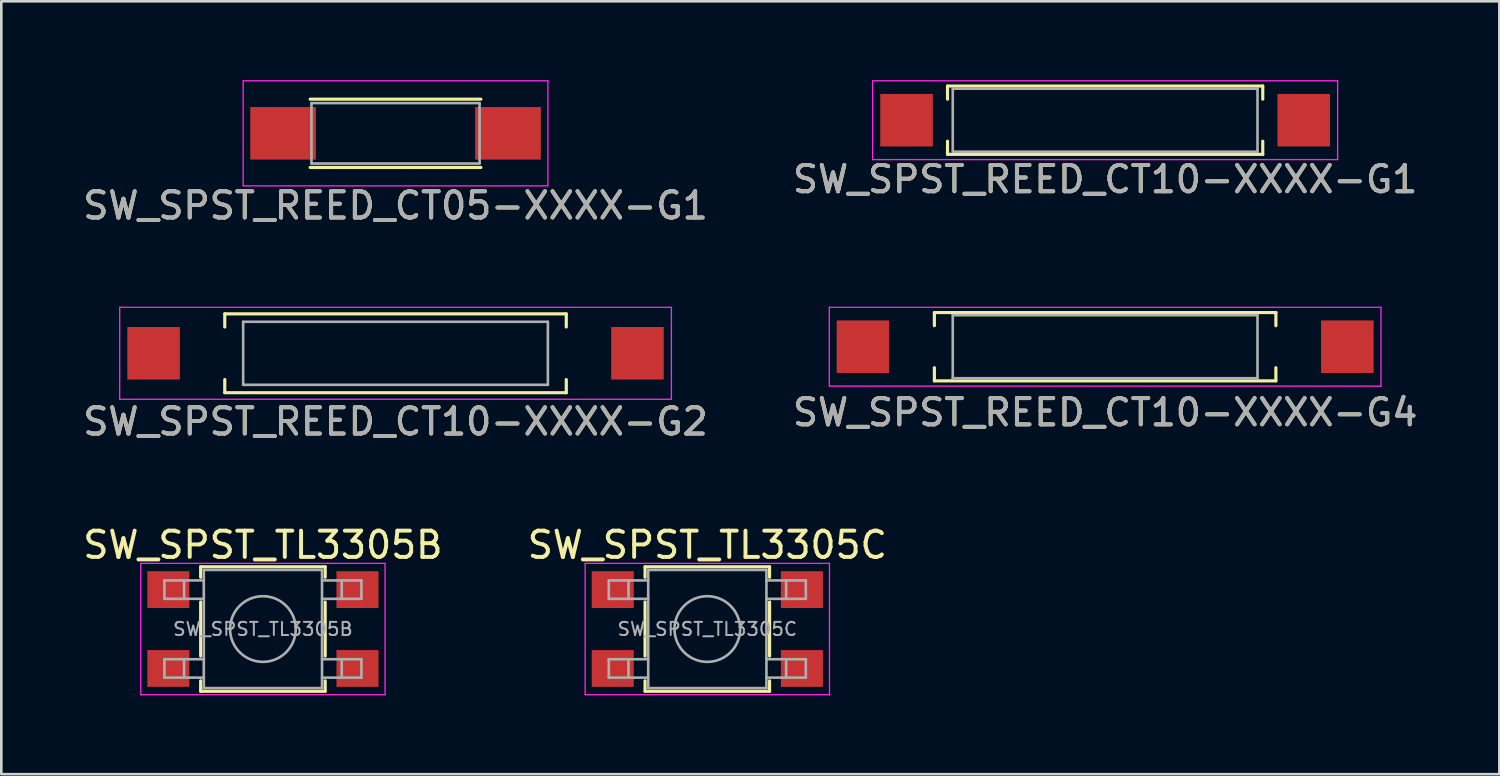
<source format=kicad_pcb>
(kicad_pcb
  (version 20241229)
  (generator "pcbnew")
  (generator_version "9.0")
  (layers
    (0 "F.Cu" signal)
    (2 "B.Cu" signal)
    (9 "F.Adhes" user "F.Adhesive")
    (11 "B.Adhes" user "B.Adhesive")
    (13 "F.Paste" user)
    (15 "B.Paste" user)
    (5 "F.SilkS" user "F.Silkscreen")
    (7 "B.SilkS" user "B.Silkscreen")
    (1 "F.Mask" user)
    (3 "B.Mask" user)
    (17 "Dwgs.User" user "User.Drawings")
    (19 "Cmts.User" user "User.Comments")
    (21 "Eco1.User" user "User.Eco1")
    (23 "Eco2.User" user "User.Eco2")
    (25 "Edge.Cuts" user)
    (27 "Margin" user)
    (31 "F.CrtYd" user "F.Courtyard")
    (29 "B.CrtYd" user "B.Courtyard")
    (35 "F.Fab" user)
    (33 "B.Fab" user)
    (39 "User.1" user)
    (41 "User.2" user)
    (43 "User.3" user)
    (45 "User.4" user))
  (footprint "SW_SPST_REED_CT10-XXXX-G1"
    (layer "F.Cu")
    (at 39.018 1.525)
    (property "Reference" "SW_SPST_REED_CT10-XXXX-G1" (at 0 2.25 0) (layer "F.SilkS") (effects (font (size 1 1) (thickness 0.15))))
    (attr smd)
    (fp_line (start -6 -1.3) (end -6 -0.8) (stroke (width 0.12) (type solid)) (layer "F.SilkS"))
    (fp_line (start -6 0.8) (end -6 1.3) (stroke (width 0.12) (type solid)) (layer "F.SilkS"))
    (fp_line (start -6 1.3) (end 6 1.3) (stroke (width 0.12) (type solid)) (layer "F.SilkS"))
    (fp_line (start 6 -1.3) (end -6 -1.3) (stroke (width 0.12) (type solid)) (layer "F.SilkS"))
    (fp_line (start 6 -0.8) (end 6 -1.3) (stroke (width 0.12) (type solid)) (layer "F.SilkS"))
    (fp_line (start 6 1.3) (end 6 0.8) (stroke (width 0.12) (type solid)) (layer "F.SilkS"))
    (fp_line (start -8.85 -1.5) (end 8.85 -1.5) (stroke (width 0.05) (type solid)) (layer "F.CrtYd"))
    (fp_line (start -8.85 1.5) (end -8.85 -1.5) (stroke (width 0.05) (type solid)) (layer "F.CrtYd"))
    (fp_line (start 8.85 -1.5) (end 8.85 1.5) (stroke (width 0.05) (type solid)) (layer "F.CrtYd"))
    (fp_line (start 8.85 1.5) (end -8.85 1.5) (stroke (width 0.05) (type solid)) (layer "F.CrtYd"))
    (fp_line (start -5.8 -1.2) (end 5.8 -1.2) (stroke (width 0.1) (type solid)) (layer "F.Fab"))
    (fp_line (start -5.8 1.2) (end -5.8 -1.2) (stroke (width 0.1) (type solid)) (layer "F.Fab"))
    (fp_line (start 5.8 -1.2) (end 5.8 1.2) (stroke (width 0.1) (type solid)) (layer "F.Fab"))
    (fp_line (start 5.8 1.2) (end -5.8 1.2) (stroke (width 0.1) (type solid)) (layer "F.Fab"))
    (fp_text user "${REFERENCE}" (at 0 2.25 0) (layer "F.Fab") (effects (font (size 1 1) (thickness 0.15))))
    (pad "1" smd rect (at -7.56 0) (size 2 2) (layers "F.Cu" "F.Mask" "F.Paste"))
    (pad "2" smd rect (at 7.56 0) (size 2 2) (layers "F.Cu" "F.Mask" "F.Paste")))
  (footprint "SW_SPST_REED_CT05-XXXX-G1"
    (layer "F.Cu")
    (at 12.006 2.025)
    (property "Reference" "SW_SPST_REED_CT05-XXXX-G1" (at 0 2.75 0) (layer "F.SilkS") (effects (font (size 1 1) (thickness 0.15))))
    (attr smd)
    (fp_line (start -3.25 -1.3) (end 3.25 -1.3) (stroke (width 0.12) (type solid)) (layer "F.SilkS"))
    (fp_line (start 3.25 1.3) (end -3.25 1.3) (stroke (width 0.12) (type solid)) (layer "F.SilkS"))
    (fp_line (start -5.8 -2) (end 5.8 -2) (stroke (width 0.05) (type solid)) (layer "F.CrtYd"))
    (fp_line (start -5.8 2) (end -5.8 -2) (stroke (width 0.05) (type solid)) (layer "F.CrtYd"))
    (fp_line (start 5.8 -2) (end 5.8 2) (stroke (width 0.05) (type solid)) (layer "F.CrtYd"))
    (fp_line (start 5.8 2) (end -5.8 2) (stroke (width 0.05) (type solid)) (layer "F.CrtYd"))
    (fp_line (start -3.2 -1.15) (end -3.2 1.15) (stroke (width 0.1) (type solid)) (layer "F.Fab"))
    (fp_line (start -3.2 1.15) (end 3.2 1.15) (stroke (width 0.1) (type solid)) (layer "F.Fab"))
    (fp_line (start 3.2 -1.15) (end -3.2 -1.15) (stroke (width 0.1) (type solid)) (layer "F.Fab"))
    (fp_line (start 3.2 1.15) (end 3.2 -1.15) (stroke (width 0.1) (type solid)) (layer "F.Fab"))
    (fp_text user "${REFERENCE}" (at 0 2.75 0) (layer "F.Fab") (effects (font (size 1 1) (thickness 0.15))))
    (pad "1" smd rect (at -4.28 0) (size 2.5 2) (layers "F.Cu" "F.Mask" "F.Paste"))
    (pad "2" smd rect (at 4.28 0) (size 2.5 2) (layers "F.Cu" "F.Mask" "F.Paste")))
  (footprint "SW_SPST_REED_CT10-XXXX-G4"
    (layer "F.Cu")
    (at 39.018 10.148)
    (property "Reference" "SW_SPST_REED_CT10-XXXX-G4" (at 0 2.5 0) (layer "F.SilkS") (effects (font (size 1 1) (thickness 0.15))))
    (attr smd)
    (fp_line (start -6.5 -1.3) (end -6.5 -0.8) (stroke (width 0.12) (type solid)) (layer "F.SilkS"))
    (fp_line (start -6.5 0.8) (end -6.5 1.3) (stroke (width 0.12) (type solid)) (layer "F.SilkS"))
    (fp_line (start -6.5 1.3) (end 6.5 1.3) (stroke (width 0.12) (type solid)) (layer "F.SilkS"))
    (fp_line (start 6.5 -1.3) (end -6.5 -1.3) (stroke (width 0.12) (type solid)) (layer "F.SilkS"))
    (fp_line (start 6.5 -0.8) (end 6.5 -1.3) (stroke (width 0.12) (type solid)) (layer "F.SilkS"))
    (fp_line (start 6.5 1.3) (end 6.5 0.8) (stroke (width 0.12) (type solid)) (layer "F.SilkS"))
    (fp_line (start -10.5 1.5) (end -10.5 -1.5) (stroke (width 0.05) (type solid)) (layer "F.CrtYd"))
    (fp_line (start -10.5 1.5) (end 10.5 1.5) (stroke (width 0.05) (type solid)) (layer "F.CrtYd"))
    (fp_line (start 10.5 -1.5) (end -10.5 -1.5) (stroke (width 0.05) (type solid)) (layer "F.CrtYd"))
    (fp_line (start 10.5 -1.5) (end 10.5 1.5) (stroke (width 0.05) (type solid)) (layer "F.CrtYd"))
    (fp_line (start -5.8 -1.2) (end 5.8 -1.2) (stroke (width 0.1) (type solid)) (layer "F.Fab"))
    (fp_line (start -5.8 1.2) (end -5.8 -1.2) (stroke (width 0.1) (type solid)) (layer "F.Fab"))
    (fp_line (start 5.8 -1.2) (end 5.8 1.2) (stroke (width 0.1) (type solid)) (layer "F.Fab"))
    (fp_line (start 5.8 1.2) (end -5.8 1.2) (stroke (width 0.1) (type solid)) (layer "F.Fab"))
    (fp_text user "${REFERENCE}" (at 0 2.5 0) (layer "F.Fab") (effects (font (size 1 1) (thickness 0.15))))
    (pad "1" smd rect (at -9.22 0) (size 2 2) (layers "F.Cu" "F.Mask" "F.Paste"))
    (pad "2" smd rect (at 9.22 0) (size 2 2) (layers "F.Cu" "F.Mask" "F.Paste")))
  (footprint "SW_SPST_TL3305C"
    (layer "F.Cu")
    (at 23.875 20.895)
    (property "Reference" "SW_SPST_TL3305C" (at 0 -3.2 0) (layer "F.SilkS") (effects (font (size 1 1) (thickness 0.15))))
    (attr smd)
    (fp_line (start -2.37 -2.37) (end -2.37 -1.97) (stroke (width 0.12) (type solid)) (layer "F.SilkS"))
    (fp_line (start -2.37 -2.37) (end 2.37 -2.37) (stroke (width 0.12) (type solid)) (layer "F.SilkS"))
    (fp_line (start -2.37 1.03) (end -2.37 -1.03) (stroke (width 0.12) (type solid)) (layer "F.SilkS"))
    (fp_line (start -2.37 2.37) (end -2.37 1.97) (stroke (width 0.12) (type solid)) (layer "F.SilkS"))
    (fp_line (start -2.37 2.37) (end 2.37 2.37) (stroke (width 0.12) (type solid)) (layer "F.SilkS"))
    (fp_line (start 2.37 -2.37) (end 2.37 -1.97) (stroke (width 0.12) (type solid)) (layer "F.SilkS"))
    (fp_line (start 2.37 1.03) (end 2.37 -1.03) (stroke (width 0.12) (type solid)) (layer "F.SilkS"))
    (fp_line (start 2.37 2.37) (end 2.37 1.97) (stroke (width 0.12) (type solid)) (layer "F.SilkS"))
    (fp_line (start -4.65 -2.5) (end 4.65 -2.5) (stroke (width 0.05) (type solid)) (layer "F.CrtYd"))
    (fp_line (start -4.65 2.5) (end -4.65 -2.5) (stroke (width 0.05) (type solid)) (layer "F.CrtYd"))
    (fp_line (start 4.65 -2.5) (end 4.65 2.5) (stroke (width 0.05) (type solid)) (layer "F.CrtYd"))
    (fp_line (start 4.65 2.5) (end -4.65 2.5) (stroke (width 0.05) (type solid)) (layer "F.CrtYd"))
    (fp_line (start -3.75 -1.85) (end -3.75 -1.15) (stroke (width 0.1) (type solid)) (layer "F.Fab"))
    (fp_line (start -3.75 -1.15) (end -2.25 -1.15) (stroke (width 0.1) (type solid)) (layer "F.Fab"))
    (fp_line (start -3.75 1.15) (end -3.75 1.85) (stroke (width 0.1) (type solid)) (layer "F.Fab"))
    (fp_line (start -3.75 1.85) (end -2.25 1.85) (stroke (width 0.1) (type solid)) (layer "F.Fab"))
    (fp_line (start -3 -1.85) (end -3 -1.15) (stroke (width 0.1) (type solid)) (layer "F.Fab"))
    (fp_line (start -3 1.15) (end -3 1.85) (stroke (width 0.1) (type solid)) (layer "F.Fab"))
    (fp_line (start -2.25 -2.25) (end 2.25 -2.25) (stroke (width 0.1) (type solid)) (layer "F.Fab"))
    (fp_line (start -2.25 -1.85) (end -3.75 -1.85) (stroke (width 0.1) (type solid)) (layer "F.Fab"))
    (fp_line (start -2.25 1.15) (end -3.75 1.15) (stroke (width 0.1) (type solid)) (layer "F.Fab"))
    (fp_line (start -2.25 2.25) (end -2.25 -2.25) (stroke (width 0.1) (type solid)) (layer "F.Fab"))
    (fp_line (start 2.25 -2.25) (end 2.25 2.25) (stroke (width 0.1) (type solid)) (layer "F.Fab"))
    (fp_line (start 2.25 -1.15) (end 3.75 -1.15) (stroke (width 0.1) (type solid)) (layer "F.Fab"))
    (fp_line (start 2.25 1.15) (end 3.75 1.15) (stroke (width 0.1) (type solid)) (layer "F.Fab"))
    (fp_line (start 2.25 2.25) (end -2.25 2.25) (stroke (width 0.1) (type solid)) (layer "F.Fab"))
    (fp_line (start 3 -1.85) (end 3 -1.15) (stroke (width 0.1) (type solid)) (layer "F.Fab"))
    (fp_line (start 3 1.15) (end 3 1.85) (stroke (width 0.1) (type solid)) (layer "F.Fab"))
    (fp_line (start 3.75 -1.85) (end 2.25 -1.85) (stroke (width 0.1) (type solid)) (layer "F.Fab"))
    (fp_line (start 3.75 -1.15) (end 3.75 -1.85) (stroke (width 0.1) (type solid)) (layer "F.Fab"))
    (fp_line (start 3.75 1.15) (end 3.75 1.85) (stroke (width 0.1) (type solid)) (layer "F.Fab"))
    (fp_line (start 3.75 1.85) (end 2.25 1.85) (stroke (width 0.1) (type solid)) (layer "F.Fab"))
    (fp_circle (center 0 0) (end 1.25 0) (stroke (width 0.1) (type solid)) (fill no) (layer "F.Fab"))
    (fp_text user "${REFERENCE}" (at 0 0 0) (layer "F.Fab") (effects (font (size 0.5 0.5) (thickness 0.075))))
    (pad "1" smd rect (at -3.6 -1.5) (size 1.6 1.4) (layers "F.Cu" "F.Mask" "F.Paste"))
    (pad "1" smd rect (at 3.6 -1.5) (size 1.6 1.4) (layers "F.Cu" "F.Mask" "F.Paste"))
    (pad "2" smd rect (at -3.6 1.5) (size 1.6 1.4) (layers "F.Cu" "F.Mask" "F.Paste"))
    (pad "2" smd rect (at 3.6 1.5) (size 1.6 1.4) (layers "F.Cu" "F.Mask" "F.Paste")))
  (footprint "SW_SPST_TL3305B"
    (layer "F.Cu")
    (at 6.958 20.895)
    (property "Reference" "SW_SPST_TL3305B" (at 0 -3.2 0) (layer "F.SilkS") (effects (font (size 1 1) (thickness 0.15))))
    (attr smd)
    (fp_line (start -2.37 -2.37) (end -2.37 -1.97) (stroke (width 0.12) (type solid)) (layer "F.SilkS"))
    (fp_line (start -2.37 -2.37) (end 2.37 -2.37) (stroke (width 0.12) (type solid)) (layer "F.SilkS"))
    (fp_line (start -2.37 1.03) (end -2.37 -1.03) (stroke (width 0.12) (type solid)) (layer "F.SilkS"))
    (fp_line (start -2.37 2.37) (end -2.37 1.97) (stroke (width 0.12) (type solid)) (layer "F.SilkS"))
    (fp_line (start -2.37 2.37) (end 2.37 2.37) (stroke (width 0.12) (type solid)) (layer "F.SilkS"))
    (fp_line (start 2.37 -2.37) (end 2.37 -1.97) (stroke (width 0.12) (type solid)) (layer "F.SilkS"))
    (fp_line (start 2.37 1.03) (end 2.37 -1.03) (stroke (width 0.12) (type solid)) (layer "F.SilkS"))
    (fp_line (start 2.37 2.37) (end 2.37 1.97) (stroke (width 0.12) (type solid)) (layer "F.SilkS"))
    (fp_line (start -4.65 -2.5) (end 4.65 -2.5) (stroke (width 0.05) (type solid)) (layer "F.CrtYd"))
    (fp_line (start -4.65 2.5) (end -4.65 -2.5) (stroke (width 0.05) (type solid)) (layer "F.CrtYd"))
    (fp_line (start 4.65 -2.5) (end 4.65 2.5) (stroke (width 0.05) (type solid)) (layer "F.CrtYd"))
    (fp_line (start 4.65 2.5) (end -4.65 2.5) (stroke (width 0.05) (type solid)) (layer "F.CrtYd"))
    (fp_line (start -3.75 -1.85) (end -3.75 -1.15) (stroke (width 0.1) (type solid)) (layer "F.Fab"))
    (fp_line (start -3.75 -1.15) (end -2.25 -1.15) (stroke (width 0.1) (type solid)) (layer "F.Fab"))
    (fp_line (start -3.75 1.15) (end -3.75 1.85) (stroke (width 0.1) (type solid)) (layer "F.Fab"))
    (fp_line (start -3.75 1.85) (end -2.25 1.85) (stroke (width 0.1) (type solid)) (layer "F.Fab"))
    (fp_line (start -3 -1.85) (end -3 -1.15) (stroke (width 0.1) (type solid)) (layer "F.Fab"))
    (fp_line (start -3 1.15) (end -3 1.85) (stroke (width 0.1) (type solid)) (layer "F.Fab"))
    (fp_line (start -2.25 -2.25) (end 2.25 -2.25) (stroke (width 0.1) (type solid)) (layer "F.Fab"))
    (fp_line (start -2.25 -1.85) (end -3.75 -1.85) (stroke (width 0.1) (type solid)) (layer "F.Fab"))
    (fp_line (start -2.25 1.15) (end -3.75 1.15) (stroke (width 0.1) (type solid)) (layer "F.Fab"))
    (fp_line (start -2.25 2.25) (end -2.25 -2.25) (stroke (width 0.1) (type solid)) (layer "F.Fab"))
    (fp_line (start 2.25 -2.25) (end 2.25 2.25) (stroke (width 0.1) (type solid)) (layer "F.Fab"))
    (fp_line (start 2.25 -1.15) (end 3.75 -1.15) (stroke (width 0.1) (type solid)) (layer "F.Fab"))
    (fp_line (start 2.25 1.15) (end 3.75 1.15) (stroke (width 0.1) (type solid)) (layer "F.Fab"))
    (fp_line (start 2.25 2.25) (end -2.25 2.25) (stroke (width 0.1) (type solid)) (layer "F.Fab"))
    (fp_line (start 3 -1.85) (end 3 -1.15) (stroke (width 0.1) (type solid)) (layer "F.Fab"))
    (fp_line (start 3 1.15) (end 3 1.85) (stroke (width 0.1) (type solid)) (layer "F.Fab"))
    (fp_line (start 3.75 -1.85) (end 2.25 -1.85) (stroke (width 0.1) (type solid)) (layer "F.Fab"))
    (fp_line (start 3.75 -1.15) (end 3.75 -1.85) (stroke (width 0.1) (type solid)) (layer "F.Fab"))
    (fp_line (start 3.75 1.15) (end 3.75 1.85) (stroke (width 0.1) (type solid)) (layer "F.Fab"))
    (fp_line (start 3.75 1.85) (end 2.25 1.85) (stroke (width 0.1) (type solid)) (layer "F.Fab"))
    (fp_circle (center 0 0) (end 1.25 0) (stroke (width 0.1) (type solid)) (fill no) (layer "F.Fab"))
    (fp_text user "${REFERENCE}" (at 0 0 0) (layer "F.Fab") (effects (font (size 0.5 0.5) (thickness 0.075))))
    (pad "1" smd rect (at -3.6 -1.5) (size 1.6 1.4) (layers "F.Cu" "F.Mask" "F.Paste"))
    (pad "1" smd rect (at 3.6 -1.5) (size 1.6 1.4) (layers "F.Cu" "F.Mask" "F.Paste"))
    (pad "2" smd rect (at -3.6 1.5) (size 1.6 1.4) (layers "F.Cu" "F.Mask" "F.Paste"))
    (pad "2" smd rect (at 3.6 1.5) (size 1.6 1.4) (layers "F.Cu" "F.Mask" "F.Paste")))
  (footprint "SW_SPST_REED_CT10-XXXX-G2"
    (layer "F.Cu")
    (at 12.006 10.398)
    (property "Reference" "SW_SPST_REED_CT10-XXXX-G2" (at 0 2.6 0) (layer "F.SilkS") (effects (font (size 1 1) (thickness 0.15))))
    (attr smd)
    (fp_line (start -6.5 -1.5) (end -6.5 -1) (stroke (width 0.12) (type solid)) (layer "F.SilkS"))
    (fp_line (start -6.5 1) (end -6.5 1.5) (stroke (width 0.12) (type solid)) (layer "F.SilkS"))
    (fp_line (start -6.5 1.5) (end 6.5 1.5) (stroke (width 0.12) (type solid)) (layer "F.SilkS"))
    (fp_line (start 6.5 -1.5) (end -6.5 -1.5) (stroke (width 0.12) (type solid)) (layer "F.SilkS"))
    (fp_line (start 6.5 -1) (end 6.5 -1.5) (stroke (width 0.12) (type solid)) (layer "F.SilkS"))
    (fp_line (start 6.5 1.5) (end 6.5 1) (stroke (width 0.12) (type solid)) (layer "F.SilkS"))
    (fp_line (start -10.5 -1.75) (end -10.5 1.75) (stroke (width 0.05) (type solid)) (layer "F.CrtYd"))
    (fp_line (start -10.5 1.75) (end 10.5 1.75) (stroke (width 0.05) (type solid)) (layer "F.CrtYd"))
    (fp_line (start 10.5 -1.75) (end -10.5 -1.75) (stroke (width 0.05) (type solid)) (layer "F.CrtYd"))
    (fp_line (start 10.5 1.75) (end 10.5 -1.75) (stroke (width 0.05) (type solid)) (layer "F.CrtYd"))
    (fp_line (start -5.8 -1.2) (end -5.8 1.2) (stroke (width 0.1) (type solid)) (layer "F.Fab"))
    (fp_line (start -5.8 1.2) (end 5.8 1.2) (stroke (width 0.1) (type solid)) (layer "F.Fab"))
    (fp_line (start 5.8 -1.2) (end -5.8 -1.2) (stroke (width 0.1) (type solid)) (layer "F.Fab"))
    (fp_line (start 5.8 1.2) (end 5.8 -1.2) (stroke (width 0.1) (type solid)) (layer "F.Fab"))
    (fp_text user "${REFERENCE}" (at 0 2.6 0) (layer "F.Fab") (effects (font (size 1 1) (thickness 0.15))))
    (pad "1" smd rect (at -9.21 0) (size 2 2) (layers "F.Cu" "F.Mask" "F.Paste"))
    (pad "2" smd rect (at 9.21 0) (size 2 2) (layers "F.Cu" "F.Mask" "F.Paste")))
  (gr_rect
    (start -3 -3)
    (end 54.024 26.42)
    (stroke (width 0.1) (type default))
    (fill no)
    (layer "Edge.Cuts")))
</source>
